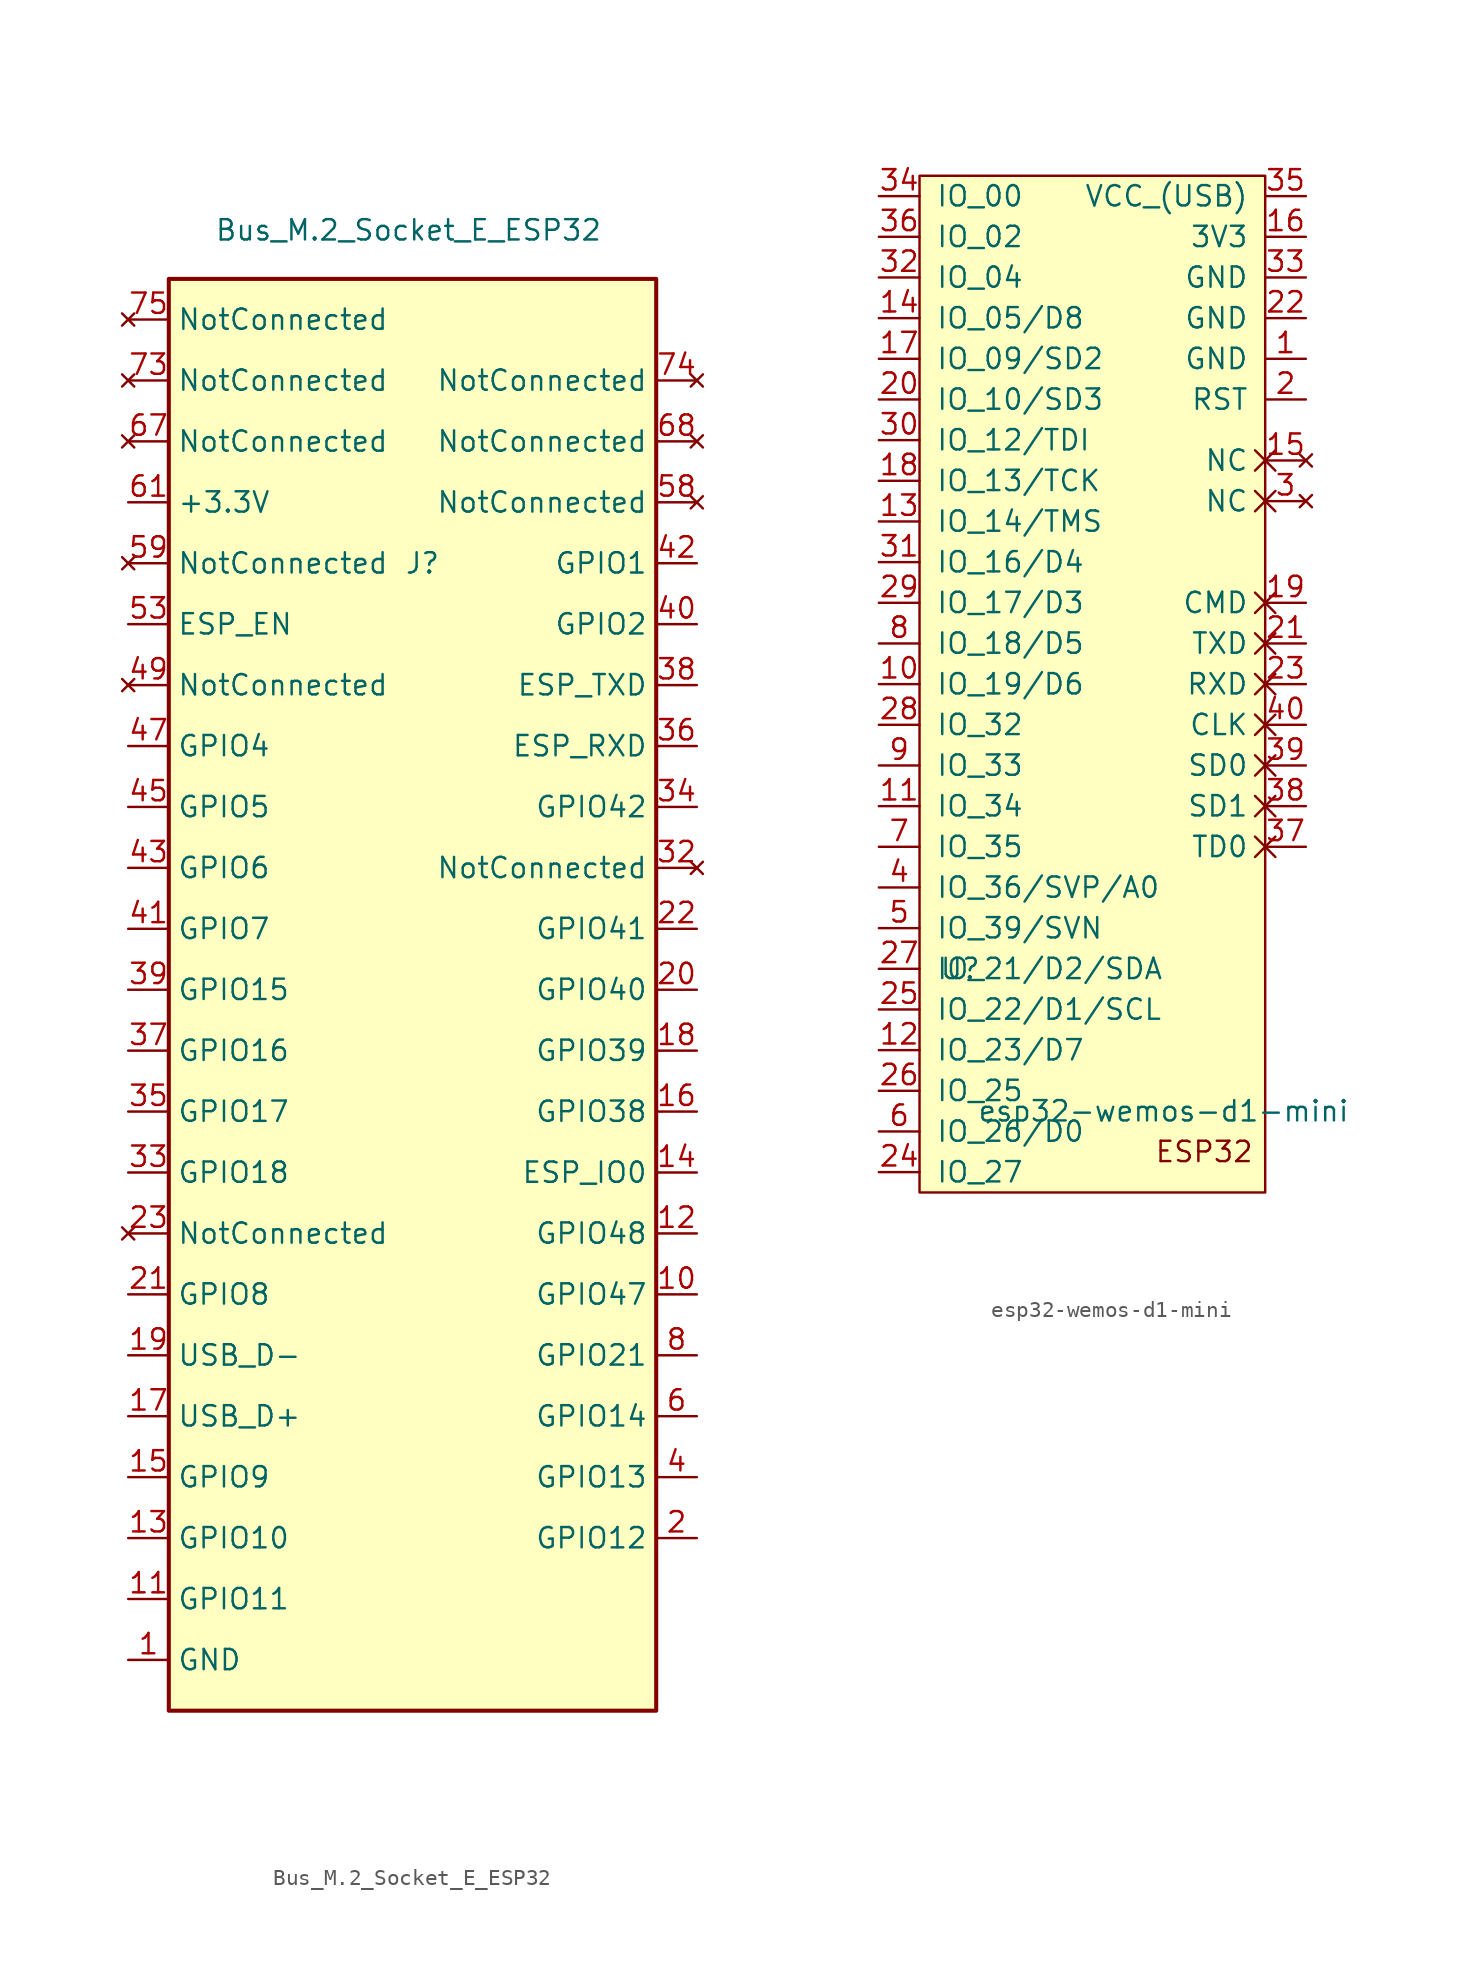
<source format=kicad_sym>
(kicad_symbol_lib
  (version 20241209)
  (generator "kicad_symbol_editor")
  (generator_version "9.0")
  (symbol "Bus_M.2_Socket_E_ESP32"
    (property "Reference" "J"
      (at -4.318 53.34 0)
      (effects (font (size 1.27 1.27)) (justify left)))
    (property "Value" "Bus_M.2_Socket_E_ESP32"
      (at -4.064 74.168 0)
      (effects (font (size 1.27 1.27))))
    (symbol "Bus_M.2_Socket_E_ESP32_0_1"
      (rectangle (start -19.05 71.12) (end 11.43 -18.415) (stroke (width 0.254) (type default)) (fill (type background))))
    (symbol "Bus_M.2_Socket_E_ESP32_1_1"
      (pin no_connect line (at -21.59 68.58 0) (length 2.54) (name "NotConnected" (effects (font (size 1.27 1.27)))) (number "75" (effects (font (size 1.27 1.27)))))
      (pin no_connect line (at -21.59 64.77 0) (length 2.54) (name "NotConnected" (effects (font (size 1.27 1.27)))) (number "73" (effects (font (size 1.27 1.27)))))
      (pin no_connect line (at -21.59 60.96 0) (length 2.54) (name "NotConnected" (effects (font (size 1.27 1.27)))) (number "67" (effects (font (size 1.27 1.27)))))
      (pin power_out line (at -21.59 57.15 0) (length 2.54) (hide yes) (name "+3.3V" (effects (font (size 1.27 1.27)))) (number "60" (effects (font (size 1.27 1.27)))))
      (pin power_out line (at -21.59 57.15 0) (length 2.54) (name "+3.3V" (effects (font (size 1.27 1.27)))) (number "61" (effects (font (size 1.27 1.27)))))
      (pin power_out line (at -21.59 57.15 0) (length 2.54) (hide yes) (name "+3.3V" (effects (font (size 1.27 1.27)))) (number "62" (effects (font (size 1.27 1.27)))))
      (pin power_out line (at -21.59 57.15 0) (length 2.54) (hide yes) (name "+3.3V" (effects (font (size 1.27 1.27)))) (number "63" (effects (font (size 1.27 1.27)))))
      (pin power_out line (at -21.59 57.15 0) (length 2.54) (hide yes) (name "+3.3V" (effects (font (size 1.27 1.27)))) (number "64" (effects (font (size 1.27 1.27)))))
      (pin power_out line (at -21.59 57.15 0) (length 2.54) (hide yes) (name "+3.3V" (effects (font (size 1.27 1.27)))) (number "65" (effects (font (size 1.27 1.27)))))
      (pin power_out line (at -21.59 57.15 0) (length 2.54) (hide yes) (name "+3.3V" (effects (font (size 1.27 1.27)))) (number "66" (effects (font (size 1.27 1.27)))))
      (pin no_connect line (at -21.59 53.34 0) (length 2.54) (name "NotConnected" (effects (font (size 1.27 1.27)))) (number "59" (effects (font (size 1.27 1.27)))))
      (pin bidirectional line (at -21.59 49.53 0) (length 2.54) (hide yes) (name "ESP_EN" (effects (font (size 1.27 1.27)))) (number "51" (effects (font (size 1.27 1.27)))))
      (pin bidirectional line (at -21.59 49.53 0) (length 2.54) (name "ESP_EN" (effects (font (size 1.27 1.27)))) (number "53" (effects (font (size 1.27 1.27)))))
      (pin no_connect line (at -21.59 45.72 0) (length 2.54) (name "NotConnected" (effects (font (size 1.27 1.27)))) (number "49" (effects (font (size 1.27 1.27)))))
      (pin bidirectional line (at -21.59 41.91 0) (length 2.54) (name "GPIO4" (effects (font (size 1.27 1.27)))) (number "47" (effects (font (size 1.27 1.27)))))
      (pin bidirectional line (at -21.59 38.1 0) (length 2.54) (name "GPIO5" (effects (font (size 1.27 1.27)))) (number "45" (effects (font (size 1.27 1.27)))))
      (pin bidirectional line (at -21.59 34.29 0) (length 2.54) (name "GPIO6" (effects (font (size 1.27 1.27)))) (number "43" (effects (font (size 1.27 1.27)))))
      (pin bidirectional line (at -21.59 30.48 0) (length 2.54) (name "GPIO7" (effects (font (size 1.27 1.27)))) (number "41" (effects (font (size 1.27 1.27)))))
      (pin bidirectional line (at -21.59 26.67 0) (length 2.54) (name "GPIO15" (effects (font (size 1.27 1.27)))) (number "39" (effects (font (size 1.27 1.27)))))
      (pin bidirectional line (at -21.59 22.86 0) (length 2.54) (name "GPIO16" (effects (font (size 1.27 1.27)))) (number "37" (effects (font (size 1.27 1.27)))))
      (pin bidirectional line (at -21.59 19.05 0) (length 2.54) (name "GPIO17" (effects (font (size 1.27 1.27)))) (number "35" (effects (font (size 1.27 1.27)))))
      (pin bidirectional line (at -21.59 15.24 0) (length 2.54) (name "GPIO18" (effects (font (size 1.27 1.27)))) (number "33" (effects (font (size 1.27 1.27)))))
      (pin no_connect line (at -21.59 11.43 0) (length 2.54) (name "NotConnected" (effects (font (size 1.27 1.27)))) (number "23" (effects (font (size 1.27 1.27)))))
      (pin bidirectional line (at -21.59 7.62 0) (length 2.54) (name "GPIO8" (effects (font (size 1.27 1.27)))) (number "21" (effects (font (size 1.27 1.27)))))
      (pin bidirectional line (at -21.59 3.81 0) (length 2.54) (name "USB_D-" (effects (font (size 1.27 1.27)))) (number "19" (effects (font (size 1.27 1.27)))))
      (pin bidirectional line (at -21.59 0 0) (length 2.54) (name "USB_D+" (effects (font (size 1.27 1.27)))) (number "17" (effects (font (size 1.27 1.27)))))
      (pin bidirectional line (at -21.59 -3.81 0) (length 2.54) (name "GPIO9" (effects (font (size 1.27 1.27)))) (number "15" (effects (font (size 1.27 1.27)))))
      (pin bidirectional line (at -21.59 -7.62 0) (length 2.54) (name "GPIO10" (effects (font (size 1.27 1.27)))) (number "13" (effects (font (size 1.27 1.27)))))
      (pin bidirectional line (at -21.59 -11.43 0) (length 2.54) (name "GPIO11" (effects (font (size 1.27 1.27)))) (number "11" (effects (font (size 1.27 1.27)))))
      (pin power_out line (at -21.59 -15.24 0) (length 2.54) (name "GND" (effects (font (size 1.27 1.27)))) (number "1" (effects (font (size 1.27 1.27)))))
      (pin power_out line (at -21.59 -15.24 0) (length 2.54) (hide yes) (name "GND" (effects (font (size 1.27 1.27)))) (number "3" (effects (font (size 1.27 1.27)))))
      (pin power_out line (at -21.59 -15.24 0) (length 2.54) (hide yes) (name "GND" (effects (font (size 1.27 1.27)))) (number "44" (effects (font (size 1.27 1.27)))))
      (pin power_out line (at -21.59 -15.24 0) (length 2.54) (hide yes) (name "GND" (effects (font (size 1.27 1.27)))) (number "46" (effects (font (size 1.27 1.27)))))
      (pin power_out line (at -21.59 -15.24 0) (length 2.54) (hide yes) (name "GND" (effects (font (size 1.27 1.27)))) (number "48" (effects (font (size 1.27 1.27)))))
      (pin power_out line (at -21.59 -15.24 0) (length 2.54) (hide yes) (name "GND" (effects (font (size 1.27 1.27)))) (number "5" (effects (font (size 1.27 1.27)))))
      (pin power_out line (at -21.59 -15.24 0) (length 2.54) (hide yes) (name "GND" (effects (font (size 1.27 1.27)))) (number "50" (effects (font (size 1.27 1.27)))))
      (pin power_out line (at -21.59 -15.24 0) (length 2.54) (hide yes) (name "GND" (effects (font (size 1.27 1.27)))) (number "52" (effects (font (size 1.27 1.27)))))
      (pin power_out line (at -21.59 -15.24 0) (length 2.54) (hide yes) (name "GND" (effects (font (size 1.27 1.27)))) (number "54" (effects (font (size 1.27 1.27)))))
      (pin power_out line (at -21.59 -15.24 0) (length 2.54) (hide yes) (name "GND" (effects (font (size 1.27 1.27)))) (number "55" (effects (font (size 1.27 1.27)))))
      (pin power_out line (at -21.59 -15.24 0) (length 2.54) (hide yes) (name "GND" (effects (font (size 1.27 1.27)))) (number "56" (effects (font (size 1.27 1.27)))))
      (pin power_out line (at -21.59 -15.24 0) (length 2.54) (hide yes) (name "GND" (effects (font (size 1.27 1.27)))) (number "57" (effects (font (size 1.27 1.27)))))
      (pin power_out line (at -21.59 -15.24 0) (length 2.54) (hide yes) (name "GND" (effects (font (size 1.27 1.27)))) (number "69" (effects (font (size 1.27 1.27)))))
      (pin power_out line (at -21.59 -15.24 0) (length 2.54) (hide yes) (name "GND" (effects (font (size 1.27 1.27)))) (number "7" (effects (font (size 1.27 1.27)))))
      (pin power_out line (at -21.59 -15.24 0) (length 2.54) (hide yes) (name "GND" (effects (font (size 1.27 1.27)))) (number "70" (effects (font (size 1.27 1.27)))))
      (pin power_out line (at -21.59 -15.24 0) (length 2.54) (hide yes) (name "GND" (effects (font (size 1.27 1.27)))) (number "71" (effects (font (size 1.27 1.27)))))
      (pin power_out line (at -21.59 -15.24 0) (length 2.54) (hide yes) (name "GND" (effects (font (size 1.27 1.27)))) (number "72" (effects (font (size 1.27 1.27)))))
      (pin power_out line (at -21.59 -15.24 0) (length 2.54) (hide yes) (name "GND" (effects (font (size 1.27 1.27)))) (number "9" (effects (font (size 1.27 1.27)))))
      (pin no_connect line (at 13.97 64.77 180) (length 2.54) (name "NotConnected" (effects (font (size 1.27 1.27)))) (number "74" (effects (font (size 1.27 1.27)))))
      (pin no_connect line (at 13.97 60.96 180) (length 2.54) (name "NotConnected" (effects (font (size 1.27 1.27)))) (number "68" (effects (font (size 1.27 1.27)))))
      (pin no_connect line (at 13.97 57.15 180) (length 2.54) (name "NotConnected" (effects (font (size 1.27 1.27)))) (number "58" (effects (font (size 1.27 1.27)))))
      (pin bidirectional line (at 13.97 53.34 180) (length 2.54) (name "GPIO1" (effects (font (size 1.27 1.27)))) (number "42" (effects (font (size 1.27 1.27)))))
      (pin bidirectional line (at 13.97 49.53 180) (length 2.54) (name "GPIO2" (effects (font (size 1.27 1.27)))) (number "40" (effects (font (size 1.27 1.27)))))
      (pin output line (at 13.97 45.72 180) (length 2.54) (name "ESP_TXD" (effects (font (size 1.27 1.27)))) (number "38" (effects (font (size 1.27 1.27)))))
      (pin input line (at 13.97 41.91 180) (length 2.54) (name "ESP_RXD" (effects (font (size 1.27 1.27)))) (number "36" (effects (font (size 1.27 1.27)))))
      (pin bidirectional line (at 13.97 38.1 180) (length 2.54) (name "GPIO42" (effects (font (size 1.27 1.27)))) (number "34" (effects (font (size 1.27 1.27)))))
      (pin no_connect line (at 13.97 34.29 180) (length 2.54) (name "NotConnected" (effects (font (size 1.27 1.27)))) (number "32" (effects (font (size 1.27 1.27)))))
      (pin bidirectional line (at 13.97 30.48 180) (length 2.54) (name "GPIO41" (effects (font (size 1.27 1.27)))) (number "22" (effects (font (size 1.27 1.27)))))
      (pin bidirectional line (at 13.97 26.67 180) (length 2.54) (name "GPIO40" (effects (font (size 1.27 1.27)))) (number "20" (effects (font (size 1.27 1.27)))))
      (pin bidirectional line (at 13.97 22.86 180) (length 2.54) (name "GPIO39" (effects (font (size 1.27 1.27)))) (number "18" (effects (font (size 1.27 1.27)))))
      (pin bidirectional line (at 13.97 19.05 180) (length 2.54) (name "GPIO38" (effects (font (size 1.27 1.27)))) (number "16" (effects (font (size 1.27 1.27)))))
      (pin bidirectional line (at 13.97 15.24 180) (length 2.54) (name "ESP_IO0" (effects (font (size 1.27 1.27)))) (number "14" (effects (font (size 1.27 1.27)))))
      (pin bidirectional line (at 13.97 11.43 180) (length 2.54) (name "GPIO48" (effects (font (size 1.27 1.27)))) (number "12" (effects (font (size 1.27 1.27)))))
      (pin bidirectional line (at 13.97 7.62 180) (length 2.54) (name "GPIO47" (effects (font (size 1.27 1.27)))) (number "10" (effects (font (size 1.27 1.27)))))
      (pin bidirectional line (at 13.97 3.81 180) (length 2.54) (name "GPIO21" (effects (font (size 1.27 1.27)))) (number "8" (effects (font (size 1.27 1.27)))))
      (pin bidirectional line (at 13.97 0 180) (length 2.54) (name "GPIO14" (effects (font (size 1.27 1.27)))) (number "6" (effects (font (size 1.27 1.27)))))
      (pin bidirectional line (at 13.97 -3.81 180) (length 2.54) (name "GPIO13" (effects (font (size 1.27 1.27)))) (number "4" (effects (font (size 1.27 1.27)))))
      (pin bidirectional line (at 13.97 -7.62 180) (length 2.54) (name "GPIO12" (effects (font (size 1.27 1.27)))) (number "2" (effects (font (size 1.27 1.27)))))))
  (symbol "esp32-wemos-d1-mini"
    (pin_names
      (offset 1.016))
    (property "Reference" "U"
      (at -7.62 -50.8 0)
      (effects (font (size 1.27 1.27))))
    (property "Value" "esp32-wemos-d1-mini"
      (at 5.08 -59.69 0)
      (effects (font (size 1.27 1.27))))
    (symbol "esp32-wemos-d1-mini_0_0"
      (text "ESP32" (at 7.62 -62.23 0) (effects (font (size 1.27 1.27))))
      (pin bidirectional line (at -12.7 -45.72 0) (length 2.54) (name "IO_36/SVP/A0" (effects (font (size 1.27 1.27)))) (number "4" (effects (font (size 1.27 1.27)))))
      (pin bidirectional line (at -12.7 -48.26 0) (length 2.54) (name "IO_39/SVN" (effects (font (size 1.27 1.27)))) (number "5" (effects (font (size 1.27 1.27)))))
      (pin power_in line (at 13.97 -12.7 180) (length 2.54) (name "GND" (effects (font (size 1.27 1.27)))) (number "1" (effects (font (size 1.27 1.27)))))
      (pin input line (at 13.97 -15.24 180) (length 2.54) (name "RST" (effects (font (size 1.27 1.27)))) (number "2" (effects (font (size 1.27 1.27)))))
      (pin no_connect non_logic (at 13.97 -21.59 180) (length 2.54) (name "NC" (effects (font (size 1.27 1.27)))) (number "3" (effects (font (size 1.27 1.27))))))
    (symbol "esp32-wemos-d1-mini_0_1"
      (rectangle (start -10.16 -1.27) (end 11.43 -64.77) (stroke (width 0) (type default)) (fill (type background))))
    (symbol "esp32-wemos-d1-mini_1_1"
      (pin bidirectional line (at -12.7 -2.54 0) (length 2.54) (name "IO_00" (effects (font (size 1.27 1.27)))) (number "34" (effects (font (size 1.27 1.27)))))
      (pin bidirectional line (at -12.7 -5.08 0) (length 2.54) (name "IO_02" (effects (font (size 1.27 1.27)))) (number "36" (effects (font (size 1.27 1.27)))))
      (pin bidirectional line (at -12.7 -7.62 0) (length 2.54) (name "IO_04" (effects (font (size 1.27 1.27)))) (number "32" (effects (font (size 1.27 1.27)))))
      (pin bidirectional line (at -12.7 -10.16 0) (length 2.54) (name "IO_05/D8" (effects (font (size 1.27 1.27)))) (number "14" (effects (font (size 1.27 1.27)))))
      (pin bidirectional line (at -12.7 -12.7 0) (length 2.54) (name "IO_09/SD2" (effects (font (size 1.27 1.27)))) (number "17" (effects (font (size 1.27 1.27)))))
      (pin bidirectional line (at -12.7 -15.24 0) (length 2.54) (name "IO_10/SD3" (effects (font (size 1.27 1.27)))) (number "20" (effects (font (size 1.27 1.27)))))
      (pin bidirectional line (at -12.7 -17.78 0) (length 2.54) (name "IO_12/TDI" (effects (font (size 1.27 1.27)))) (number "30" (effects (font (size 1.27 1.27)))))
      (pin bidirectional line (at -12.7 -20.32 0) (length 2.54) (name "IO_13/TCK" (effects (font (size 1.27 1.27)))) (number "18" (effects (font (size 1.27 1.27)))))
      (pin bidirectional line (at -12.7 -22.86 0) (length 2.54) (name "IO_14/TMS" (effects (font (size 1.27 1.27)))) (number "13" (effects (font (size 1.27 1.27)))))
      (pin bidirectional line (at -12.7 -25.4 0) (length 2.54) (name "IO_16/D4" (effects (font (size 1.27 1.27)))) (number "31" (effects (font (size 1.27 1.27)))))
      (pin bidirectional line (at -12.7 -27.94 0) (length 2.54) (name "IO_17/D3" (effects (font (size 1.27 1.27)))) (number "29" (effects (font (size 1.27 1.27)))))
      (pin bidirectional line (at -12.7 -30.48 0) (length 2.54) (name "IO_18/D5" (effects (font (size 1.27 1.27)))) (number "8" (effects (font (size 1.27 1.27)))))
      (pin bidirectional line (at -12.7 -33.02 0) (length 2.54) (name "IO_19/D6" (effects (font (size 1.27 1.27)))) (number "10" (effects (font (size 1.27 1.27)))))
      (pin bidirectional line (at -12.7 -35.56 0) (length 2.54) (name "IO_32" (effects (font (size 1.27 1.27)))) (number "28" (effects (font (size 1.27 1.27)))))
      (pin bidirectional line (at -12.7 -38.1 0) (length 2.54) (name "IO_33" (effects (font (size 1.27 1.27)))) (number "9" (effects (font (size 1.27 1.27)))))
      (pin bidirectional line (at -12.7 -40.64 0) (length 2.54) (name "IO_34" (effects (font (size 1.27 1.27)))) (number "11" (effects (font (size 1.27 1.27)))))
      (pin bidirectional line (at -12.7 -43.18 0) (length 2.54) (name "IO_35" (effects (font (size 1.27 1.27)))) (number "7" (effects (font (size 1.27 1.27)))))
      (pin bidirectional line (at -12.7 -50.8 0) (length 2.54) (name "IO_21/D2/SDA" (effects (font (size 1.27 1.27)))) (number "27" (effects (font (size 1.27 1.27)))))
      (pin bidirectional line (at -12.7 -53.34 0) (length 2.54) (name "IO_22/D1/SCL" (effects (font (size 1.27 1.27)))) (number "25" (effects (font (size 1.27 1.27)))))
      (pin bidirectional line (at -12.7 -55.88 0) (length 2.54) (name "IO_23/D7" (effects (font (size 1.27 1.27)))) (number "12" (effects (font (size 1.27 1.27)))))
      (pin bidirectional line (at -12.7 -58.42 0) (length 2.54) (name "IO_25" (effects (font (size 1.27 1.27)))) (number "26" (effects (font (size 1.27 1.27)))))
      (pin bidirectional line (at -12.7 -60.96 0) (length 2.54) (name "IO_26/D0" (effects (font (size 1.27 1.27)))) (number "6" (effects (font (size 1.27 1.27)))))
      (pin bidirectional line (at -12.7 -63.5 0) (length 2.54) (name "IO_27" (effects (font (size 1.27 1.27)))) (number "24" (effects (font (size 1.27 1.27)))))
      (pin power_in line (at 13.97 -2.54 180) (length 2.54) (name "VCC_(USB)" (effects (font (size 1.27 1.27)))) (number "35" (effects (font (size 1.27 1.27)))))
      (pin power_in line (at 13.97 -5.08 180) (length 2.54) (name "3V3" (effects (font (size 1.27 1.27)))) (number "16" (effects (font (size 1.27 1.27)))))
      (pin power_in line (at 13.97 -7.62 180) (length 2.54) (name "GND" (effects (font (size 1.27 1.27)))) (number "33" (effects (font (size 1.27 1.27)))))
      (pin power_in line (at 13.97 -10.16 180) (length 2.54) (name "GND" (effects (font (size 1.27 1.27)))) (number "22" (effects (font (size 1.27 1.27)))))
      (pin no_connect non_logic (at 13.97 -19.05 180) (length 2.54) (name "NC" (effects (font (size 1.27 1.27)))) (number "15" (effects (font (size 1.27 1.27)))))
      (pin passive non_logic (at 13.97 -27.94 180) (length 2.54) (name "CMD" (effects (font (size 1.27 1.27)))) (number "19" (effects (font (size 1.27 1.27)))))
      (pin passive non_logic (at 13.97 -30.48 180) (length 2.54) (name "TXD" (effects (font (size 1.27 1.27)))) (number "21" (effects (font (size 1.27 1.27)))))
      (pin passive non_logic (at 13.97 -33.02 180) (length 2.54) (name "RXD" (effects (font (size 1.27 1.27)))) (number "23" (effects (font (size 1.27 1.27)))))
      (pin passive non_logic (at 13.97 -35.56 180) (length 2.54) (name "CLK" (effects (font (size 1.27 1.27)))) (number "40" (effects (font (size 1.27 1.27)))))
      (pin passive non_logic (at 13.97 -38.1 180) (length 2.54) (name "SD0" (effects (font (size 1.27 1.27)))) (number "39" (effects (font (size 1.27 1.27)))))
      (pin passive non_logic (at 13.97 -40.64 180) (length 2.54) (name "SD1" (effects (font (size 1.27 1.27)))) (number "38" (effects (font (size 1.27 1.27)))))
      (pin passive non_logic (at 13.97 -43.18 180) (length 2.54) (name "TD0" (effects (font (size 1.27 1.27)))) (number "37" (effects (font (size 1.27 1.27))))))))
</source>
